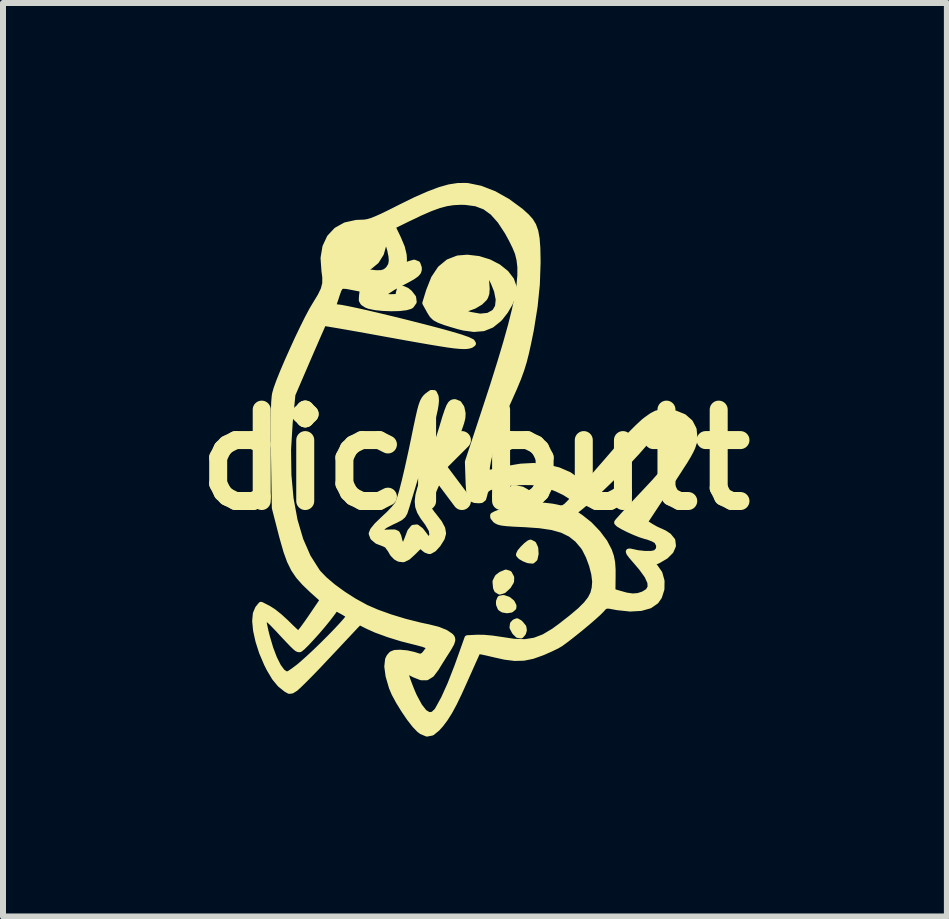
<source format=kicad_pcb>
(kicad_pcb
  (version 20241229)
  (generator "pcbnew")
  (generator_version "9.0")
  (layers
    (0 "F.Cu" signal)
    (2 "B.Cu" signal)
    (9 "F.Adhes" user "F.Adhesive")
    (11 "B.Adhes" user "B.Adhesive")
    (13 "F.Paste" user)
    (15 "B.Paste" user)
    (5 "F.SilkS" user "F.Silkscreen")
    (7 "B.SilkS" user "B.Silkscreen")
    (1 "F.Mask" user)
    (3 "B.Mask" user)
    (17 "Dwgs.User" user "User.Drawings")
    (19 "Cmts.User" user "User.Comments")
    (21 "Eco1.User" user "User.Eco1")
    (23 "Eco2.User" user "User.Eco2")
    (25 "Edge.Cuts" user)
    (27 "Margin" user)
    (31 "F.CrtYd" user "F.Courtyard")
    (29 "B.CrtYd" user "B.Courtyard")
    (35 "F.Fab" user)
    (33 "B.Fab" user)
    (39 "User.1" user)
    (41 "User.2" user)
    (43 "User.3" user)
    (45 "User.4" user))
  (footprint "dickbutt"
    (layer "F.Cu")
    (at 4.87 4.615)
    (property "Reference" "dickbutt" (at 0 0 0) (layer "F.SilkS") (effects (font (size 1.524 1.524) (thickness 0.3))))
    (attr through_hole)
    (fp_poly (pts (xy 0.815 2.843) (xy 0.801 2.89) (xy 0.765 2.931) (xy 0.715 2.922) (xy 0.665 2.872) (xy 0.626 2.798) (xy 0.633 2.742) (xy 0.661 2.711) (xy 0.7 2.695) (xy 0.744 2.72) (xy 0.76 2.736) (xy 0.807 2.793) (xy 0.815 2.843)) (stroke (width 0.1) (type solid)) (fill yes) (layer "F.SilkS"))
    (fp_poly (pts (xy 0.604 1.965) (xy 0.602 2.029) (xy 0.555 2.106) (xy 0.549 2.113) (xy 0.476 2.18) (xy 0.413 2.199) (xy 0.367 2.171) (xy 0.351 2.133) (xy 0.342 2.033) (xy 0.378 1.96) (xy 0.438 1.915) (xy 0.516 1.883) (xy 0.569 1.9) (xy 0.604 1.965)) (stroke (width 0.1) (type solid)) (fill yes) (layer "F.SilkS"))
    (fp_poly (pts (xy 0.642 2.438) (xy 0.64 2.467) (xy 0.601 2.5) (xy 0.535 2.511) (xy 0.466 2.499) (xy 0.425 2.471) (xy 0.401 2.412) (xy 0.4 2.365) (xy 0.42 2.317) (xy 0.472 2.307) (xy 0.48 2.308) (xy 0.554 2.333) (xy 0.614 2.382) (xy 0.642 2.438)) (stroke (width 0.1) (type solid)) (fill yes) (layer "F.SilkS"))
    (fp_poly (pts (xy 1.011 1.569) (xy 1.011 1.571) (xy 0.994 1.65) (xy 0.957 1.683) (xy 0.888 1.676) (xy 0.826 1.652) (xy 0.765 1.617) (xy 0.734 1.584) (xy 0.734 1.58) (xy 0.753 1.54) (xy 0.8 1.484) (xy 0.857 1.428) (xy 0.907 1.39) (xy 0.926 1.383) (xy 0.974 1.408) (xy 1.005 1.475) (xy 1.011 1.569)) (stroke (width 0.1) (type solid)) (fill yes) (layer "F.SilkS"))
    (fp_poly (pts (xy 0.649 -2.832) (xy 0.63 -2.729) (xy 0.579 -2.605) (xy 0.505 -2.478) (xy 0.418 -2.367) (xy 0.399 -2.347) (xy 0.396 -2.344) (xy 0.396 -2.669) (xy 0.367 -2.817) (xy 0.313 -2.953) (xy 0.255 -3.068) (xy 0.215 -3.131) (xy 0.19 -3.141) (xy 0.181 -3.097) (xy 0.184 -3.002) (xy 0.187 -2.966) (xy 0.195 -2.851) (xy 0.19 -2.774) (xy 0.171 -2.718) (xy 0.157 -2.694) (xy 0.088 -2.626) (xy -0.015 -2.565) (xy -0.128 -2.524) (xy -0.21 -2.512) (xy -0.264 -2.505) (xy -0.267 -2.487) (xy -0.222 -2.461) (xy -0.132 -2.429) (xy -0.084 -2.415) (xy 0.086 -2.385) (xy 0.222 -2.399) (xy 0.326 -2.457) (xy 0.329 -2.459) (xy 0.383 -2.548) (xy 0.396 -2.669) (xy 0.396 -2.344) (xy 0.275 -2.247) (xy 0.14 -2.193) (xy -0.017 -2.18) (xy -0.183 -2.202) (xy -0.269 -2.223) (xy -0.382 -2.256) (xy -0.492 -2.29) (xy -0.597 -2.329) (xy -0.664 -2.365) (xy -0.711 -2.41) (xy -0.753 -2.476) (xy -0.757 -2.484) (xy -0.828 -2.612) (xy -0.766 -2.814) (xy -0.683 -3.024) (xy -0.576 -3.184) (xy -0.443 -3.294) (xy -0.285 -3.355) (xy -0.127 -3.368) (xy 0.06 -3.346) (xy 0.235 -3.292) (xy 0.389 -3.212) (xy 0.515 -3.111) (xy 0.603 -2.997) (xy 0.646 -2.874) (xy 0.649 -2.832)) (stroke (width 0.1) (type solid)) (fill yes) (layer "F.SilkS"))
    (fp_poly (pts (xy -0.206 -0.772) (xy -0.21 -0.698) (xy -0.229 -0.622) (xy -0.27 -0.502) (xy -0.329 -0.345) (xy -0.403 -0.159) (xy -0.49 0.051) (xy -0.586 0.276) (xy -0.651 0.423) (xy -0.714 0.567) (xy -0.755 0.671) (xy -0.774 0.746) (xy -0.773 0.802) (xy -0.751 0.853) (xy -0.711 0.907) (xy -0.689 0.934) (xy -0.597 1.053) (xy -0.546 1.149) (xy -0.532 1.229) (xy -0.553 1.305) (xy -0.556 1.312) (xy -0.619 1.412) (xy -0.687 1.487) (xy -0.749 1.522) (xy -0.763 1.524) (xy -0.817 1.504) (xy -0.859 1.47) (xy -0.888 1.442) (xy -0.915 1.438) (xy -0.952 1.464) (xy -1.012 1.524) (xy -1.028 1.54) (xy -1.119 1.623) (xy -1.195 1.66) (xy -1.265 1.652) (xy -1.316 1.624) (xy -1.37 1.568) (xy -1.41 1.499) (xy -1.465 1.424) (xy -1.519 1.398) (xy -1.628 1.356) (xy -1.698 1.297) (xy -1.722 1.233) (xy -1.7 1.178) (xy -1.635 1.098) (xy -1.524 0.991) (xy -1.524 0.991) (xy -1.431 0.904) (xy -1.352 0.821) (xy -1.298 0.756) (xy -1.285 0.736) (xy -1.255 0.659) (xy -1.216 0.53) (xy -1.171 0.355) (xy -1.12 0.138) (xy -1.064 -0.116) (xy -1.017 -0.339) (xy -0.975 -0.545) (xy -0.941 -0.703) (xy -0.914 -0.821) (xy -0.89 -0.906) (xy -0.868 -0.966) (xy -0.845 -1.008) (xy -0.82 -1.04) (xy -0.797 -1.062) (xy -0.729 -1.112) (xy -0.684 -1.111) (xy -0.658 -1.058) (xy -0.653 -1.028) (xy -0.651 -0.978) (xy -0.657 -0.915) (xy -0.671 -0.833) (xy -0.696 -0.726) (xy -0.732 -0.588) (xy -0.782 -0.413) (xy -0.847 -0.195) (xy -0.91 0.014) (xy -0.968 0.205) (xy -1.023 0.386) (xy -1.072 0.548) (xy -1.112 0.68) (xy -1.14 0.774) (xy -1.15 0.805) (xy -1.174 0.879) (xy -1.202 0.928) (xy -1.247 0.967) (xy -1.323 1.007) (xy -1.386 1.036) (xy -1.494 1.091) (xy -1.561 1.138) (xy -1.58 1.169) (xy -1.575 1.198) (xy -1.551 1.213) (xy -1.494 1.217) (xy -1.404 1.214) (xy -1.339 1.214) (xy -1.301 1.232) (xy -1.278 1.279) (xy -1.258 1.362) (xy -1.231 1.424) (xy -1.195 1.435) (xy -1.157 1.397) (xy -1.125 1.319) (xy -1.08 1.2) (xy -1.029 1.137) (xy -0.971 1.13) (xy -0.906 1.179) (xy -0.857 1.242) (xy -0.807 1.309) (xy -0.772 1.333) (xy -0.744 1.323) (xy -0.709 1.26) (xy -0.722 1.172) (xy -0.785 1.062) (xy -0.8 1.041) (xy -0.869 0.947) (xy -0.918 0.863) (xy -0.947 0.781) (xy -0.955 0.694) (xy -0.943 0.592) (xy -0.909 0.467) (xy -0.853 0.31) (xy -0.775 0.114) (xy -0.739 0.028) (xy -0.696 -0.085) (xy -0.644 -0.233) (xy -0.59 -0.395) (xy -0.546 -0.536) (xy -0.498 -0.697) (xy -0.46 -0.811) (xy -0.43 -0.887) (xy -0.403 -0.931) (xy -0.376 -0.953) (xy -0.344 -0.959) (xy -0.336 -0.96) (xy -0.271 -0.934) (xy -0.226 -0.867) (xy -0.206 -0.772)) (stroke (width 0.1) (type solid)) (fill yes) (layer "F.SilkS"))
    (fp_poly (pts (xy 3.659 -0.368) (xy 3.658 -0.361) (xy 3.651 -0.308) (xy 3.641 -0.259) (xy 3.624 -0.207) (xy 3.596 -0.147) (xy 3.555 -0.071) (xy 3.496 0.027) (xy 3.415 0.152) (xy 3.415 0.153) (xy 3.415 -0.339) (xy 3.402 -0.461) (xy 3.357 -0.545) (xy 3.273 -0.603) (xy 3.259 -0.609) (xy 3.171 -0.634) (xy 3.105 -0.62) (xy 3.045 -0.559) (xy 3.015 -0.515) (xy 2.944 -0.414) (xy 2.837 -0.284) (xy 2.704 -0.132) (xy 2.551 0.033) (xy 2.386 0.204) (xy 2.216 0.372) (xy 2.05 0.531) (xy 1.895 0.672) (xy 1.759 0.787) (xy 1.729 0.811) (xy 1.637 0.881) (xy 1.763 0.965) (xy 1.908 1.08) (xy 2.045 1.223) (xy 2.16 1.376) (xy 2.234 1.517) (xy 2.268 1.616) (xy 2.287 1.713) (xy 2.295 1.831) (xy 2.295 1.939) (xy 2.292 2.199) (xy 2.381 2.226) (xy 2.523 2.266) (xy 2.63 2.281) (xy 2.721 2.274) (xy 2.808 2.246) (xy 2.89 2.195) (xy 2.929 2.129) (xy 2.924 2.044) (xy 2.875 1.936) (xy 2.779 1.803) (xy 2.687 1.695) (xy 2.612 1.608) (xy 2.573 1.556) (xy 2.565 1.533) (xy 2.587 1.531) (xy 2.597 1.534) (xy 2.714 1.559) (xy 2.834 1.572) (xy 2.94 1.572) (xy 3.012 1.556) (xy 3.015 1.555) (xy 3.065 1.501) (xy 3.073 1.429) (xy 3.038 1.36) (xy 3.027 1.349) (xy 2.971 1.317) (xy 2.885 1.285) (xy 2.836 1.272) (xy 2.755 1.246) (xy 2.657 1.207) (xy 2.556 1.161) (xy 2.465 1.115) (xy 2.399 1.076) (xy 2.371 1.049) (xy 2.371 1.047) (xy 2.389 1.023) (xy 2.442 0.964) (xy 2.522 0.875) (xy 2.625 0.765) (xy 2.745 0.637) (xy 2.815 0.563) (xy 2.996 0.369) (xy 3.138 0.208) (xy 3.246 0.072) (xy 3.324 -0.043) (xy 3.376 -0.144) (xy 3.405 -0.236) (xy 3.415 -0.326) (xy 3.415 -0.339) (xy 3.415 0.153) (xy 3.311 0.313) (xy 3.19 0.495) (xy 2.826 1.046) (xy 2.93 1.112) (xy 3.01 1.158) (xy 3.081 1.191) (xy 3.095 1.196) (xy 3.162 1.228) (xy 3.229 1.273) (xy 3.291 1.349) (xy 3.301 1.435) (xy 3.263 1.523) (xy 3.179 1.607) (xy 3.053 1.681) (xy 3.046 1.684) (xy 2.937 1.731) (xy 3.005 1.794) (xy 3.076 1.896) (xy 3.111 2.023) (xy 3.109 2.158) (xy 3.069 2.284) (xy 3.017 2.359) (xy 2.913 2.431) (xy 2.767 2.472) (xy 2.587 2.482) (xy 2.378 2.46) (xy 2.334 2.452) (xy 2.244 2.435) (xy 2.189 2.434) (xy 2.151 2.453) (xy 2.111 2.497) (xy 2.105 2.504) (xy 2.055 2.554) (xy 2.004 2.6) (xy 2.004 2.028) (xy 1.989 1.905) (xy 1.951 1.757) (xy 1.896 1.609) (xy 1.832 1.483) (xy 1.809 1.448) (xy 1.71 1.331) (xy 1.595 1.24) (xy 1.457 1.172) (xy 1.288 1.124) (xy 1.079 1.093) (xy 0.824 1.075) (xy 0.814 1.075) (xy 0.648 1.067) (xy 0.529 1.059) (xy 0.447 1.049) (xy 0.393 1.035) (xy 0.356 1.016) (xy 0.341 1.004) (xy 0.305 0.959) (xy 0.303 0.93) (xy 0.348 0.906) (xy 0.43 0.874) (xy 0.531 0.841) (xy 0.632 0.812) (xy 0.717 0.793) (xy 0.755 0.788) (xy 0.807 0.786) (xy 0.805 0.777) (xy 0.771 0.762) (xy 0.695 0.705) (xy 0.633 0.609) (xy 0.608 0.543) (xy 0.601 0.501) (xy 0.625 0.483) (xy 0.686 0.48) (xy 0.783 0.497) (xy 0.861 0.541) (xy 0.912 0.601) (xy 0.927 0.667) (xy 0.897 0.728) (xy 0.891 0.747) (xy 0.922 0.758) (xy 1 0.762) (xy 1.04 0.762) (xy 1.161 0.768) (xy 1.281 0.782) (xy 1.345 0.794) (xy 1.425 0.812) (xy 1.476 0.807) (xy 1.523 0.775) (xy 1.561 0.738) (xy 1.614 0.683) (xy 1.631 0.65) (xy 1.615 0.625) (xy 1.594 0.608) (xy 1.494 0.545) (xy 1.362 0.482) (xy 1.221 0.427) (xy 1.098 0.392) (xy 0.962 0.375) (xy 0.792 0.373) (xy 0.612 0.383) (xy 0.444 0.405) (xy 0.321 0.434) (xy 0.235 0.465) (xy 0.188 0.497) (xy 0.165 0.543) (xy 0.157 0.579) (xy 0.138 0.646) (xy 0.104 0.673) (xy 0.062 0.677) (xy -0.005 0.672) (xy -0.05 0.652) (xy -0.079 0.609) (xy -0.096 0.532) (xy -0.105 0.412) (xy -0.108 0.33) (xy -0.118 0.037) (xy 0.165 -0.821) (xy 0.304 -1.246) (xy 0.422 -1.623) (xy 0.521 -1.954) (xy 0.602 -2.245) (xy 0.665 -2.497) (xy 0.711 -2.717) (xy 0.742 -2.906) (xy 0.756 -3.069) (xy 0.757 -3.21) (xy 0.743 -3.332) (xy 0.717 -3.44) (xy 0.711 -3.457) (xy 0.671 -3.553) (xy 0.613 -3.671) (xy 0.549 -3.788) (xy 0.545 -3.796) (xy 0.421 -3.985) (xy 0.297 -4.124) (xy 0.166 -4.219) (xy 0.017 -4.275) (xy -0.157 -4.298) (xy -0.24 -4.3) (xy -0.36 -4.294) (xy -0.477 -4.276) (xy -0.6 -4.243) (xy -0.741 -4.192) (xy -0.909 -4.119) (xy -1.116 -4.02) (xy -1.117 -4.02) (xy -1.379 -3.891) (xy -1.282 -3.689) (xy -1.219 -3.539) (xy -1.189 -3.415) (xy -1.185 -3.351) (xy -1.185 -3.216) (xy -1.099 -3.261) (xy -1.015 -3.285) (xy -0.959 -3.263) (xy -0.936 -3.199) (xy -0.937 -3.165) (xy -0.949 -3.129) (xy -0.981 -3.093) (xy -1.042 -3.05) (xy -1.141 -2.995) (xy -1.227 -2.95) (xy -1.378 -2.869) (xy -1.387 -2.862) (xy -1.387 -3.317) (xy -1.392 -3.391) (xy -1.414 -3.5) (xy -1.447 -3.608) (xy -1.456 -3.63) (xy -1.505 -3.739) (xy -1.525 -3.591) (xy -1.568 -3.439) (xy -1.647 -3.313) (xy -1.752 -3.226) (xy -1.777 -3.213) (xy -1.845 -3.176) (xy -1.856 -3.149) (xy -1.813 -3.13) (xy -1.785 -3.125) (xy -1.65 -3.109) (xy -1.556 -3.111) (xy -1.491 -3.134) (xy -1.441 -3.178) (xy -1.438 -3.182) (xy -1.399 -3.246) (xy -1.387 -3.317) (xy -1.387 -2.862) (xy -1.474 -2.805) (xy -1.519 -2.758) (xy -1.511 -2.727) (xy -1.451 -2.711) (xy -1.399 -2.709) (xy -1.32 -2.712) (xy -1.282 -2.726) (xy -1.271 -2.759) (xy -1.27 -2.78) (xy -1.253 -2.836) (xy -1.206 -2.849) (xy -1.139 -2.82) (xy -1.091 -2.781) (xy -1.031 -2.703) (xy -1.022 -2.631) (xy -1.064 -2.572) (xy -1.079 -2.562) (xy -1.151 -2.541) (xy -1.261 -2.528) (xy -1.394 -2.525) (xy -1.533 -2.53) (xy -1.661 -2.543) (xy -1.762 -2.564) (xy -1.803 -2.579) (xy -1.864 -2.618) (xy -1.887 -2.66) (xy -1.884 -2.73) (xy -1.883 -2.737) (xy -1.869 -2.844) (xy -2.026 -2.875) (xy -2.136 -2.896) (xy -2.206 -2.901) (xy -2.247 -2.882) (xy -2.275 -2.835) (xy -2.302 -2.759) (xy -2.331 -2.67) (xy -2.355 -2.6) (xy -2.364 -2.575) (xy -2.351 -2.548) (xy -2.298 -2.54) (xy -2.239 -2.533) (xy -2.134 -2.513) (xy -1.989 -2.483) (xy -1.814 -2.444) (xy -1.617 -2.398) (xy -1.404 -2.347) (xy -1.184 -2.293) (xy -0.966 -2.238) (xy -0.756 -2.184) (xy -0.563 -2.133) (xy -0.395 -2.086) (xy -0.26 -2.046) (xy -0.247 -2.042) (xy -0.123 -1.999) (xy -0.052 -1.964) (xy -0.034 -1.936) (xy -0.065 -1.913) (xy -0.1 -1.902) (xy -0.138 -1.896) (xy -0.186 -1.894) (xy -0.251 -1.897) (xy -0.338 -1.905) (xy -0.451 -1.92) (xy -0.596 -1.943) (xy -0.777 -1.973) (xy -1 -2.012) (xy -1.269 -2.06) (xy -1.518 -2.105) (xy -1.748 -2.147) (xy -1.959 -2.185) (xy -2.147 -2.218) (xy -2.303 -2.245) (xy -2.423 -2.265) (xy -2.499 -2.277) (xy -2.526 -2.28) (xy -2.539 -2.253) (xy -2.57 -2.181) (xy -2.618 -2.073) (xy -2.678 -1.934) (xy -2.748 -1.774) (xy -2.789 -1.679) (xy -3.044 -1.087) (xy -3.09 -0.609) (xy -3.117 -0.165) (xy -3.111 0.256) (xy -3.075 0.649) (xy -3.008 1.012) (xy -2.912 1.338) (xy -2.787 1.624) (xy -2.634 1.865) (xy -2.618 1.886) (xy -2.514 1.995) (xy -2.371 2.117) (xy -2.201 2.241) (xy -2.017 2.359) (xy -1.831 2.461) (xy -1.823 2.466) (xy -1.636 2.547) (xy -1.411 2.628) (xy -1.164 2.703) (xy -0.913 2.766) (xy -0.776 2.795) (xy -0.619 2.834) (xy -0.492 2.885) (xy -0.408 2.941) (xy -0.385 2.968) (xy -0.377 3.005) (xy -0.394 3.061) (xy -0.441 3.145) (xy -0.463 3.179) (xy -0.533 3.289) (xy -0.605 3.404) (xy -0.65 3.478) (xy -0.726 3.579) (xy -0.805 3.628) (xy -0.896 3.628) (xy -1.012 3.582) (xy -1.09 3.542) (xy -1.146 3.514) (xy -1.162 3.506) (xy -1.168 3.522) (xy -1.156 3.578) (xy -1.129 3.664) (xy -1.091 3.767) (xy -1.047 3.877) (xy -1.014 3.951) (xy -0.928 4.11) (xy -0.847 4.214) (xy -0.77 4.261) (xy -0.698 4.252) (xy -0.631 4.188) (xy -0.62 4.17) (xy -0.517 3.983) (xy -0.409 3.743) (xy -0.295 3.451) (xy -0.258 3.348) (xy -0.126 2.977) (xy 0.037 2.969) (xy 0.146 2.97) (xy 0.283 2.982) (xy 0.42 3.002) (xy 0.434 3.004) (xy 0.653 3.037) (xy 0.837 3.043) (xy 0.998 3.017) (xy 1.152 2.958) (xy 1.315 2.861) (xy 1.434 2.774) (xy 1.615 2.632) (xy 1.755 2.514) (xy 1.857 2.412) (xy 1.928 2.321) (xy 1.973 2.232) (xy 1.996 2.141) (xy 2.004 2.038) (xy 2.004 2.028) (xy 2.004 2.6) (xy 1.972 2.629) (xy 1.865 2.721) (xy 1.747 2.819) (xy 1.627 2.915) (xy 1.518 3) (xy 1.429 3.065) (xy 1.425 3.068) (xy 1.359 3.106) (xy 1.259 3.154) (xy 1.144 3.205) (xy 1.115 3.217) (xy 0.957 3.273) (xy 0.813 3.302) (xy 0.665 3.306) (xy 0.497 3.285) (xy 0.317 3.245) (xy 0.204 3.218) (xy 0.114 3.199) (xy 0.058 3.191) (xy 0.047 3.192) (xy 0.033 3.22) (xy 0.001 3.292) (xy -0.047 3.398) (xy -0.106 3.531) (xy -0.167 3.667) (xy -0.266 3.887) (xy -0.351 4.063) (xy -0.427 4.203) (xy -0.499 4.317) (xy -0.571 4.413) (xy -0.631 4.48) (xy -0.718 4.551) (xy -0.801 4.567) (xy -0.89 4.529) (xy -0.927 4.501) (xy -1.001 4.424) (xy -1.09 4.31) (xy -1.182 4.175) (xy -1.269 4.034) (xy -1.341 3.901) (xy -1.385 3.798) (xy -1.441 3.606) (xy -1.462 3.449) (xy -1.449 3.332) (xy -1.428 3.289) (xy -1.389 3.244) (xy -1.336 3.223) (xy -1.248 3.219) (xy -1.248 3.219) (xy -1.137 3.229) (xy -1.027 3.253) (xy -1.002 3.261) (xy -0.929 3.284) (xy -0.885 3.283) (xy -0.847 3.254) (xy -0.826 3.23) (xy -0.782 3.171) (xy -0.762 3.126) (xy -0.762 3.124) (xy -0.788 3.102) (xy -0.859 3.074) (xy -0.963 3.046) (xy -0.995 3.038) (xy -1.22 2.981) (xy -1.443 2.912) (xy -1.646 2.838) (xy -1.789 2.774) (xy -1.927 2.704) (xy -2.004 2.784) (xy -2.046 2.829) (xy -2.098 2.884) (xy -2.098 2.605) (xy -2.13 2.578) (xy -2.193 2.54) (xy -2.216 2.527) (xy -2.32 2.471) (xy -2.381 2.555) (xy -2.454 2.651) (xy -2.542 2.759) (xy -2.636 2.869) (xy -2.729 2.972) (xy -2.812 3.061) (xy -2.878 3.126) (xy -2.919 3.159) (xy -2.925 3.161) (xy -2.944 3.159) (xy -2.966 3.149) (xy -2.996 3.124) (xy -3.042 3.08) (xy -3.11 3.009) (xy -3.206 2.907) (xy -3.279 2.828) (xy -3.386 2.717) (xy -3.461 2.65) (xy -3.506 2.63) (xy -3.525 2.657) (xy -3.52 2.734) (xy -3.493 2.862) (xy -3.471 2.949) (xy -3.413 3.147) (xy -3.349 3.315) (xy -3.282 3.448) (xy -3.215 3.539) (xy -3.151 3.582) (xy -3.133 3.584) (xy -3.092 3.567) (xy -3.021 3.519) (xy -2.931 3.451) (xy -2.876 3.404) (xy -2.773 3.312) (xy -2.658 3.205) (xy -2.538 3.089) (xy -2.421 2.972) (xy -2.312 2.86) (xy -2.219 2.76) (xy -2.148 2.68) (xy -2.106 2.625) (xy -2.098 2.605) (xy -2.098 2.884) (xy -2.119 2.907) (xy -2.217 3.011) (xy -2.333 3.135) (xy -2.459 3.269) (xy -2.498 3.31) (xy -2.626 3.446) (xy -2.746 3.57) (xy -2.851 3.676) (xy -2.934 3.757) (xy -2.987 3.806) (xy -2.997 3.814) (xy -3.055 3.85) (xy -3.097 3.854) (xy -3.146 3.827) (xy -3.248 3.745) (xy -3.339 3.635) (xy -3.428 3.485) (xy -3.47 3.401) (xy -3.551 3.211) (xy -3.611 3.023) (xy -3.65 2.847) (xy -3.665 2.692) (xy -3.654 2.568) (xy -3.618 2.483) (xy -3.567 2.42) (xy -3.442 2.484) (xy -3.362 2.535) (xy -3.264 2.613) (xy -3.164 2.704) (xy -3.14 2.727) (xy -3.059 2.807) (xy -2.993 2.869) (xy -2.95 2.903) (xy -2.942 2.907) (xy -2.919 2.885) (xy -2.871 2.825) (xy -2.806 2.736) (xy -2.73 2.627) (xy -2.727 2.622) (xy -2.533 2.336) (xy -2.717 2.171) (xy -2.842 2.051) (xy -2.941 1.939) (xy -3.02 1.822) (xy -3.086 1.688) (xy -3.145 1.525) (xy -3.203 1.322) (xy -3.223 1.248) (xy -3.337 0.804) (xy -3.351 -0.065) (xy -3.355 -0.364) (xy -3.356 -0.61) (xy -3.353 -0.806) (xy -3.348 -0.955) (xy -3.339 -1.061) (xy -3.332 -1.102) (xy -3.308 -1.186) (xy -3.263 -1.31) (xy -3.201 -1.464) (xy -3.126 -1.64) (xy -3.042 -1.827) (xy -2.956 -2.016) (xy -2.869 -2.197) (xy -2.788 -2.36) (xy -2.716 -2.495) (xy -2.659 -2.591) (xy -2.575 -2.729) (xy -2.522 -2.839) (xy -2.497 -2.937) (xy -2.496 -3.04) (xy -2.51 -3.149) (xy -2.525 -3.362) (xy -2.494 -3.548) (xy -2.421 -3.704) (xy -2.308 -3.825) (xy -2.159 -3.908) (xy -1.977 -3.948) (xy -1.905 -3.951) (xy -1.846 -3.953) (xy -1.788 -3.962) (xy -1.723 -3.981) (xy -1.642 -4.013) (xy -1.535 -4.061) (xy -1.394 -4.13) (xy -1.248 -4.204) (xy -0.991 -4.33) (xy -0.773 -4.426) (xy -0.588 -4.496) (xy -0.429 -4.541) (xy -0.288 -4.563) (xy -0.158 -4.565) (xy -0.123 -4.563) (xy 0.091 -4.519) (xy 0.318 -4.431) (xy 0.545 -4.303) (xy 0.761 -4.144) (xy 0.86 -4.054) (xy 0.924 -3.983) (xy 0.972 -3.904) (xy 1.006 -3.808) (xy 1.028 -3.687) (xy 1.04 -3.53) (xy 1.044 -3.328) (xy 1.044 -3.278) (xy 1.032 -2.926) (xy 0.995 -2.56) (xy 0.932 -2.166) (xy 0.888 -1.95) (xy 0.851 -1.782) (xy 0.814 -1.637) (xy 0.772 -1.501) (xy 0.721 -1.36) (xy 0.655 -1.201) (xy 0.571 -1.012) (xy 0.522 -0.903) (xy 0.46 -0.76) (xy 0.4 -0.601) (xy 0.343 -0.436) (xy 0.293 -0.272) (xy 0.25 -0.119) (xy 0.218 0.016) (xy 0.199 0.124) (xy 0.195 0.197) (xy 0.208 0.226) (xy 0.21 0.226) (xy 0.242 0.22) (xy 0.313 0.204) (xy 0.405 0.183) (xy 0.538 0.155) (xy 0.684 0.129) (xy 0.767 0.116) (xy 0.978 0.105) (xy 1.191 0.127) (xy 1.392 0.177) (xy 1.568 0.253) (xy 1.706 0.351) (xy 1.727 0.373) (xy 1.813 0.465) (xy 1.927 0.338) (xy 1.984 0.274) (xy 2.068 0.177) (xy 2.172 0.058) (xy 2.285 -0.073) (xy 2.365 -0.165) (xy 2.484 -0.3) (xy 2.605 -0.429) (xy 2.718 -0.542) (xy 2.812 -0.629) (xy 2.858 -0.666) (xy 2.953 -0.733) (xy 3.025 -0.77) (xy 3.093 -0.786) (xy 3.171 -0.79) (xy 3.343 -0.769) (xy 3.483 -0.712) (xy 3.586 -0.622) (xy 3.646 -0.506) (xy 3.659 -0.368)) (stroke (width 0.1) (type solid)) (fill yes) (layer "F.SilkS")))
  (gr_rect
    (start -3 -3)
    (end 12.739 12.232)
    (stroke (width 0.1) (type default))
    (fill no)
    (layer "Edge.Cuts")))
</source>
